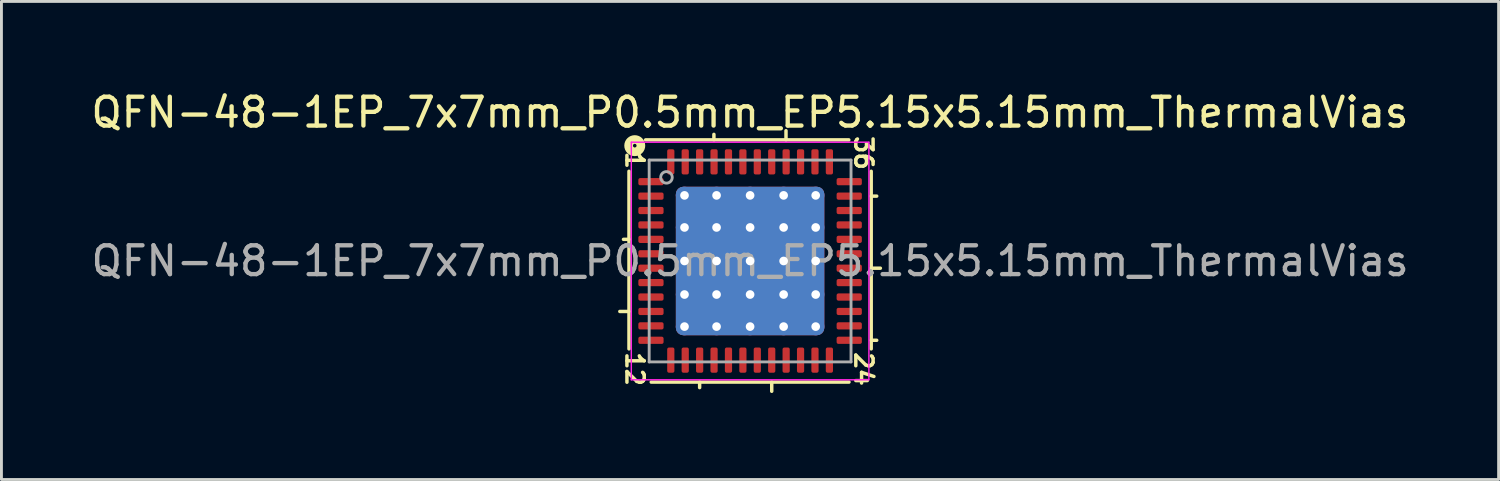
<source format=kicad_pcb>
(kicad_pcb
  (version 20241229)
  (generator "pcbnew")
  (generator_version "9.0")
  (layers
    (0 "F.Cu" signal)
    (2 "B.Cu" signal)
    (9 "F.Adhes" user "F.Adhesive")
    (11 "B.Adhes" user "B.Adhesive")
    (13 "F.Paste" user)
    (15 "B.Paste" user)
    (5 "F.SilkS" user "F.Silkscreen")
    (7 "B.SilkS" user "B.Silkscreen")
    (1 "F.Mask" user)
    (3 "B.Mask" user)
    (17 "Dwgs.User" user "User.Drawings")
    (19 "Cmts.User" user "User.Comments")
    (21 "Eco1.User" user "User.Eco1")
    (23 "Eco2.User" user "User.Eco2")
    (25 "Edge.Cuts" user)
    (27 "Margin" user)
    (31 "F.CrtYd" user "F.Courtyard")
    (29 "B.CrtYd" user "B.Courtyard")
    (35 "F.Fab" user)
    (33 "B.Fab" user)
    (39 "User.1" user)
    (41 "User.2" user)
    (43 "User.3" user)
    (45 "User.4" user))
  (footprint "QFN-48-1EP_7x7mm_P0.5mm_EP5.15x5.15mm_ThermalVias"
    (layer "F.Cu")
    (at 22.963 6.001)
    (property "Reference" "QFN-48-1EP_7x7mm_P0.5mm_EP5.15x5.15mm_ThermalVias" (at -0.005 -5.152 0) (layer "F.SilkS") (effects (font (size 1 1) (thickness 0.15))))
    (attr smd)
    (fp_line (start -4.2 -3.111) (end -4.2 3.048) (stroke (width 0.12) (type solid)) (layer "F.SilkS"))
    (fp_line (start -4.2 -0.75) (end -4.391 -0.75) (stroke (width 0.12) (type solid)) (layer "F.SilkS"))
    (fp_line (start -4.2 1.75) (end -4.518 1.75) (stroke (width 0.12) (type solid)) (layer "F.SilkS"))
    (fp_line (start -3.429 4.2) (end 3.429 4.2) (stroke (width 0.12) (type solid)) (layer "F.SilkS"))
    (fp_line (start -1.75 4.2) (end -1.75 4.391) (stroke (width 0.12) (type solid)) (layer "F.SilkS"))
    (fp_line (start -1.255 -4.2) (end -1.255 -4.391) (stroke (width 0.12) (type solid)) (layer "F.SilkS"))
    (fp_line (start 0.75 4.2) (end 0.75 4.518) (stroke (width 0.12) (type solid)) (layer "F.SilkS"))
    (fp_line (start 1.245 -4.2) (end 1.245 -4.518) (stroke (width 0.12) (type solid)) (layer "F.SilkS"))
    (fp_line (start 3.424 -4.2) (end -3.624 -4.2) (stroke (width 0.12) (type solid)) (layer "F.SilkS"))
    (fp_line (start 4.2 -2.25) (end 4.391 -2.25) (stroke (width 0.12) (type solid)) (layer "F.SilkS"))
    (fp_line (start 4.2 0.25) (end 4.518 0.25) (stroke (width 0.12) (type solid)) (layer "F.SilkS"))
    (fp_line (start 4.2 2.75) (end 4.391 2.75) (stroke (width 0.12) (type solid)) (layer "F.SilkS"))
    (fp_line (start 4.2 3.048) (end 4.2 -3.111) (stroke (width 0.12) (type solid)) (layer "F.SilkS"))
    (fp_circle (center -4 -4) (end -3.937 -4) (stroke (width 0.3) (type solid)) (fill no) (layer "F.SilkS"))
    (fp_line (start -4.12 -4.12) (end -4.12 4.12) (stroke (width 0.05) (type solid)) (layer "F.CrtYd"))
    (fp_line (start -4.12 4.12) (end 4.12 4.12) (stroke (width 0.05) (type solid)) (layer "F.CrtYd"))
    (fp_line (start 4.12 -4.12) (end -4.12 -4.12) (stroke (width 0.05) (type solid)) (layer "F.CrtYd"))
    (fp_line (start 4.12 4.12) (end 4.12 -4.12) (stroke (width 0.05) (type solid)) (layer "F.CrtYd"))
    (fp_line (start -3.5 -3.5) (end 3.5 -3.5) (stroke (width 0.1) (type solid)) (layer "F.Fab"))
    (fp_line (start -3.5 3.5) (end -3.5 -3.5) (stroke (width 0.1) (type solid)) (layer "F.Fab"))
    (fp_line (start 3.5 -3.5) (end 3.5 3.5) (stroke (width 0.1) (type solid)) (layer "F.Fab"))
    (fp_line (start 3.5 3.5) (end -3.5 3.5) (stroke (width 0.1) (type solid)) (layer "F.Fab"))
    (fp_circle (center -2.9 -2.9) (end -2.7 -2.9) (stroke (width 0.1) (type solid)) (fill no) (layer "F.Fab"))
    (fp_text user "12" (at -4 3.747 270) (unlocked yes) (layer "F.SilkS") (effects (font (size 0.6 0.6) (thickness 0.12))))
    (fp_text user "24" (at 3.937 3.747 270) (unlocked yes) (layer "F.SilkS") (effects (font (size 0.6 0.6) (thickness 0.12))))
    (fp_text user "36" (at 3.937 -3.747 270) (unlocked yes) (layer "F.SilkS") (effects (font (size 0.6 0.6) (thickness 0.12))))
    (fp_text user "1" (at -4 -3.493 270) (unlocked yes) (layer "F.SilkS") (effects (font (size 0.6 0.6) (thickness 0.12))))
    (fp_text user "${REFERENCE}" (at 0 0 0) (layer "F.Fab") (effects (font (size 1 1) (thickness 0.15))))
    (pad "" smd roundrect (at -1.744 -1.744) (size 0.997 0.997) (layers "F.Paste") (roundrect_rratio 0.25))
    (pad "" smd roundrect (at -1.744 -0.581) (size 0.997 0.997) (layers "F.Paste") (roundrect_rratio 0.25))
    (pad "" smd roundrect (at -1.744 0.581) (size 0.997 0.997) (layers "F.Paste") (roundrect_rratio 0.25))
    (pad "" smd roundrect (at -1.744 1.744) (size 0.997 0.997) (layers "F.Paste") (roundrect_rratio 0.25))
    (pad "" smd roundrect (at -0.581 -1.744) (size 0.997 0.997) (layers "F.Paste") (roundrect_rratio 0.25))
    (pad "" smd roundrect (at -0.581 -0.581) (size 0.997 0.997) (layers "F.Paste") (roundrect_rratio 0.25))
    (pad "" smd roundrect (at -0.581 0.581) (size 0.997 0.997) (layers "F.Paste") (roundrect_rratio 0.25))
    (pad "" smd roundrect (at -0.581 1.744) (size 0.997 0.997) (layers "F.Paste") (roundrect_rratio 0.25))
    (pad "" smd roundrect (at 0.581 -1.744) (size 0.997 0.997) (layers "F.Paste") (roundrect_rratio 0.25))
    (pad "" smd roundrect (at 0.581 -0.581) (size 0.997 0.997) (layers "F.Paste") (roundrect_rratio 0.25))
    (pad "" smd roundrect (at 0.581 0.581) (size 0.997 0.997) (layers "F.Paste") (roundrect_rratio 0.25))
    (pad "" smd roundrect (at 0.581 1.744) (size 0.997 0.997) (layers "F.Paste") (roundrect_rratio 0.25))
    (pad "" smd roundrect (at 1.744 -1.744) (size 0.997 0.997) (layers "F.Paste") (roundrect_rratio 0.25))
    (pad "" smd roundrect (at 1.744 -0.581) (size 0.997 0.997) (layers "F.Paste") (roundrect_rratio 0.25))
    (pad "" smd roundrect (at 1.744 0.581) (size 0.997 0.997) (layers "F.Paste") (roundrect_rratio 0.25))
    (pad "" smd roundrect (at 1.744 1.744) (size 0.997 0.997) (layers "F.Paste") (roundrect_rratio 0.25))
    (pad "1" smd roundrect (at -3.438 -2.75) (size 0.875 0.25) (layers "F.Cu" "F.Mask" "F.Paste") (roundrect_rratio 0.25))
    (pad "2" smd roundrect (at -3.438 -2.25) (size 0.875 0.25) (layers "F.Cu" "F.Mask" "F.Paste") (roundrect_rratio 0.25))
    (pad "3" smd roundrect (at -3.438 -1.75) (size 0.875 0.25) (layers "F.Cu" "F.Mask" "F.Paste") (roundrect_rratio 0.25))
    (pad "4" smd roundrect (at -3.438 -1.25) (size 0.875 0.25) (layers "F.Cu" "F.Mask" "F.Paste") (roundrect_rratio 0.25))
    (pad "5" smd roundrect (at -3.438 -0.75) (size 0.875 0.25) (layers "F.Cu" "F.Mask" "F.Paste") (roundrect_rratio 0.25))
    (pad "6" smd roundrect (at -3.438 -0.25) (size 0.875 0.25) (layers "F.Cu" "F.Mask" "F.Paste") (roundrect_rratio 0.25))
    (pad "7" smd roundrect (at -3.438 0.25) (size 0.875 0.25) (layers "F.Cu" "F.Mask" "F.Paste") (roundrect_rratio 0.25))
    (pad "8" smd roundrect (at -3.438 0.75) (size 0.875 0.25) (layers "F.Cu" "F.Mask" "F.Paste") (roundrect_rratio 0.25))
    (pad "9" smd roundrect (at -3.438 1.25) (size 0.875 0.25) (layers "F.Cu" "F.Mask" "F.Paste") (roundrect_rratio 0.25))
    (pad "10" smd roundrect (at -3.438 1.75) (size 0.875 0.25) (layers "F.Cu" "F.Mask" "F.Paste") (roundrect_rratio 0.25))
    (pad "11" smd roundrect (at -3.438 2.25) (size 0.875 0.25) (layers "F.Cu" "F.Mask" "F.Paste") (roundrect_rratio 0.25))
    (pad "12" smd roundrect (at -3.438 2.75) (size 0.875 0.25) (layers "F.Cu" "F.Mask" "F.Paste") (roundrect_rratio 0.25))
    (pad "13" smd roundrect (at -2.75 3.438) (size 0.25 0.875) (layers "F.Cu" "F.Mask" "F.Paste") (roundrect_rratio 0.25))
    (pad "14" smd roundrect (at -2.25 3.438) (size 0.25 0.875) (layers "F.Cu" "F.Mask" "F.Paste") (roundrect_rratio 0.25))
    (pad "15" smd roundrect (at -1.75 3.438) (size 0.25 0.875) (layers "F.Cu" "F.Mask" "F.Paste") (roundrect_rratio 0.25))
    (pad "16" smd roundrect (at -1.25 3.438) (size 0.25 0.875) (layers "F.Cu" "F.Mask" "F.Paste") (roundrect_rratio 0.25))
    (pad "17" smd roundrect (at -0.75 3.438) (size 0.25 0.875) (layers "F.Cu" "F.Mask" "F.Paste") (roundrect_rratio 0.25))
    (pad "18" smd roundrect (at -0.25 3.438) (size 0.25 0.875) (layers "F.Cu" "F.Mask" "F.Paste") (roundrect_rratio 0.25))
    (pad "19" smd roundrect (at 0.25 3.438) (size 0.25 0.875) (layers "F.Cu" "F.Mask" "F.Paste") (roundrect_rratio 0.25))
    (pad "20" smd roundrect (at 0.75 3.438) (size 0.25 0.875) (layers "F.Cu" "F.Mask" "F.Paste") (roundrect_rratio 0.25))
    (pad "21" smd roundrect (at 1.25 3.438) (size 0.25 0.875) (layers "F.Cu" "F.Mask" "F.Paste") (roundrect_rratio 0.25))
    (pad "22" smd roundrect (at 1.75 3.438) (size 0.25 0.875) (layers "F.Cu" "F.Mask" "F.Paste") (roundrect_rratio 0.25))
    (pad "23" smd roundrect (at 2.25 3.438) (size 0.25 0.875) (layers "F.Cu" "F.Mask" "F.Paste") (roundrect_rratio 0.25))
    (pad "24" smd roundrect (at 2.75 3.438) (size 0.25 0.875) (layers "F.Cu" "F.Mask" "F.Paste") (roundrect_rratio 0.25))
    (pad "25" smd roundrect (at 3.438 2.75) (size 0.875 0.25) (layers "F.Cu" "F.Mask" "F.Paste") (roundrect_rratio 0.25))
    (pad "26" smd roundrect (at 3.438 2.25) (size 0.875 0.25) (layers "F.Cu" "F.Mask" "F.Paste") (roundrect_rratio 0.25))
    (pad "27" smd roundrect (at 3.438 1.75) (size 0.875 0.25) (layers "F.Cu" "F.Mask" "F.Paste") (roundrect_rratio 0.25))
    (pad "28" smd roundrect (at 3.438 1.25) (size 0.875 0.25) (layers "F.Cu" "F.Mask" "F.Paste") (roundrect_rratio 0.25))
    (pad "29" smd roundrect (at 3.438 0.75) (size 0.875 0.25) (layers "F.Cu" "F.Mask" "F.Paste") (roundrect_rratio 0.25))
    (pad "30" smd roundrect (at 3.438 0.25) (size 0.875 0.25) (layers "F.Cu" "F.Mask" "F.Paste") (roundrect_rratio 0.25))
    (pad "31" smd roundrect (at 3.438 -0.25) (size 0.875 0.25) (layers "F.Cu" "F.Mask" "F.Paste") (roundrect_rratio 0.25))
    (pad "32" smd roundrect (at 3.438 -0.75) (size 0.875 0.25) (layers "F.Cu" "F.Mask" "F.Paste") (roundrect_rratio 0.25))
    (pad "33" smd roundrect (at 3.438 -1.25) (size 0.875 0.25) (layers "F.Cu" "F.Mask" "F.Paste") (roundrect_rratio 0.25))
    (pad "34" smd roundrect (at 3.438 -1.75) (size 0.875 0.25) (layers "F.Cu" "F.Mask" "F.Paste") (roundrect_rratio 0.25))
    (pad "35" smd roundrect (at 3.438 -2.25) (size 0.875 0.25) (layers "F.Cu" "F.Mask" "F.Paste") (roundrect_rratio 0.25))
    (pad "36" smd roundrect (at 3.438 -2.75) (size 0.875 0.25) (layers "F.Cu" "F.Mask" "F.Paste") (roundrect_rratio 0.25))
    (pad "37" smd roundrect (at 2.75 -3.438) (size 0.25 0.875) (layers "F.Cu" "F.Mask" "F.Paste") (roundrect_rratio 0.25))
    (pad "38" smd roundrect (at 2.25 -3.438) (size 0.25 0.875) (layers "F.Cu" "F.Mask" "F.Paste") (roundrect_rratio 0.25))
    (pad "39" smd roundrect (at 1.75 -3.438) (size 0.25 0.875) (layers "F.Cu" "F.Mask" "F.Paste") (roundrect_rratio 0.25))
    (pad "40" smd roundrect (at 1.25 -3.438) (size 0.25 0.875) (layers "F.Cu" "F.Mask" "F.Paste") (roundrect_rratio 0.25))
    (pad "41" smd roundrect (at 0.75 -3.438) (size 0.25 0.875) (layers "F.Cu" "F.Mask" "F.Paste") (roundrect_rratio 0.25))
    (pad "42" smd roundrect (at 0.25 -3.438) (size 0.25 0.875) (layers "F.Cu" "F.Mask" "F.Paste") (roundrect_rratio 0.25))
    (pad "43" smd roundrect (at -0.25 -3.438) (size 0.25 0.875) (layers "F.Cu" "F.Mask" "F.Paste") (roundrect_rratio 0.25))
    (pad "44" smd roundrect (at -0.75 -3.438) (size 0.25 0.875) (layers "F.Cu" "F.Mask" "F.Paste") (roundrect_rratio 0.25))
    (pad "45" smd roundrect (at -1.25 -3.438) (size 0.25 0.875) (layers "F.Cu" "F.Mask" "F.Paste") (roundrect_rratio 0.25))
    (pad "46" smd roundrect (at -1.75 -3.438) (size 0.25 0.875) (layers "F.Cu" "F.Mask" "F.Paste") (roundrect_rratio 0.25))
    (pad "47" smd roundrect (at -2.25 -3.438) (size 0.25 0.875) (layers "F.Cu" "F.Mask" "F.Paste") (roundrect_rratio 0.25))
    (pad "48" smd roundrect (at -2.75 -3.438) (size 0.25 0.875) (layers "F.Cu" "F.Mask" "F.Paste") (roundrect_rratio 0.25))
    (pad "49" thru_hole circle (at -2.275 -2.275) (size 0.6 0.6) (drill 0.3) (property pad_prop_heatsink) (layers "*.Cu"))
    (pad "49" thru_hole circle (at -2.275 -1.163) (size 0.6 0.6) (drill 0.3) (property pad_prop_heatsink) (layers "*.Cu"))
    (pad "49" thru_hole circle (at -2.275 0) (size 0.6 0.6) (drill 0.3) (property pad_prop_heatsink) (layers "*.Cu"))
    (pad "49" thru_hole circle (at -2.275 1.163) (size 0.6 0.6) (drill 0.3) (property pad_prop_heatsink) (layers "*.Cu"))
    (pad "49" thru_hole circle (at -2.275 2.275) (size 0.6 0.6) (drill 0.3) (property pad_prop_heatsink) (layers "*.Cu"))
    (pad "49" thru_hole circle (at -1.163 -2.275) (size 0.6 0.6) (drill 0.3) (property pad_prop_heatsink) (layers "*.Cu"))
    (pad "49" thru_hole circle (at -1.163 -1.163) (size 0.6 0.6) (drill 0.3) (property pad_prop_heatsink) (layers "*.Cu"))
    (pad "49" thru_hole circle (at -1.163 0) (size 0.6 0.6) (drill 0.3) (property pad_prop_heatsink) (layers "*.Cu"))
    (pad "49" thru_hole circle (at -1.163 1.163) (size 0.6 0.6) (drill 0.3) (property pad_prop_heatsink) (layers "*.Cu"))
    (pad "49" thru_hole circle (at -1.163 2.275) (size 0.6 0.6) (drill 0.3) (property pad_prop_heatsink) (layers "*.Cu"))
    (pad "49" thru_hole circle (at 0 -2.275) (size 0.6 0.6) (drill 0.3) (property pad_prop_heatsink) (layers "*.Cu"))
    (pad "49" thru_hole circle (at 0 -1.163) (size 0.6 0.6) (drill 0.3) (property pad_prop_heatsink) (layers "*.Cu"))
    (pad "49" thru_hole circle (at 0 0) (size 0.6 0.6) (drill 0.3) (property pad_prop_heatsink) (layers "*.Cu"))
    (pad "49" smd roundrect (at 0 0) (size 5.15 5.15) (layers "F.Cu" "F.Mask") (roundrect_rratio 0.049))
    (pad "49" smd roundrect (at 0 0) (size 5.15 5.15) (layers "B.Cu" "B.Mask") (roundrect_rratio 0.049))
    (pad "49" thru_hole circle (at 0 1.163) (size 0.6 0.6) (drill 0.3) (property pad_prop_heatsink) (layers "*.Cu"))
    (pad "49" thru_hole circle (at 0 2.275) (size 0.6 0.6) (drill 0.3) (property pad_prop_heatsink) (layers "*.Cu"))
    (pad "49" thru_hole circle (at 1.163 -2.275) (size 0.6 0.6) (drill 0.3) (property pad_prop_heatsink) (layers "*.Cu"))
    (pad "49" thru_hole circle (at 1.163 -1.163) (size 0.6 0.6) (drill 0.3) (property pad_prop_heatsink) (layers "*.Cu"))
    (pad "49" thru_hole circle (at 1.163 0) (size 0.6 0.6) (drill 0.3) (property pad_prop_heatsink) (layers "*.Cu"))
    (pad "49" thru_hole circle (at 1.163 1.163) (size 0.6 0.6) (drill 0.3) (property pad_prop_heatsink) (layers "*.Cu"))
    (pad "49" thru_hole circle (at 1.163 2.275) (size 0.6 0.6) (drill 0.3) (property pad_prop_heatsink) (layers "*.Cu"))
    (pad "49" thru_hole circle (at 2.275 -2.275) (size 0.6 0.6) (drill 0.3) (property pad_prop_heatsink) (layers "*.Cu"))
    (pad "49" thru_hole circle (at 2.275 -1.163) (size 0.6 0.6) (drill 0.3) (property pad_prop_heatsink) (layers "*.Cu"))
    (pad "49" thru_hole circle (at 2.275 0) (size 0.6 0.6) (drill 0.3) (property pad_prop_heatsink) (layers "*.Cu"))
    (pad "49" thru_hole circle (at 2.275 1.163) (size 0.6 0.6) (drill 0.3) (property pad_prop_heatsink) (layers "*.Cu"))
    (pad "49" thru_hole circle (at 2.275 2.275) (size 0.6 0.6) (drill 0.3) (property pad_prop_heatsink) (layers "*.Cu")))
  (gr_rect
    (start -3 -3)
    (end 48.921 13.578)
    (stroke (width 0.1) (type default))
    (fill no)
    (layer "Edge.Cuts")))
</source>
